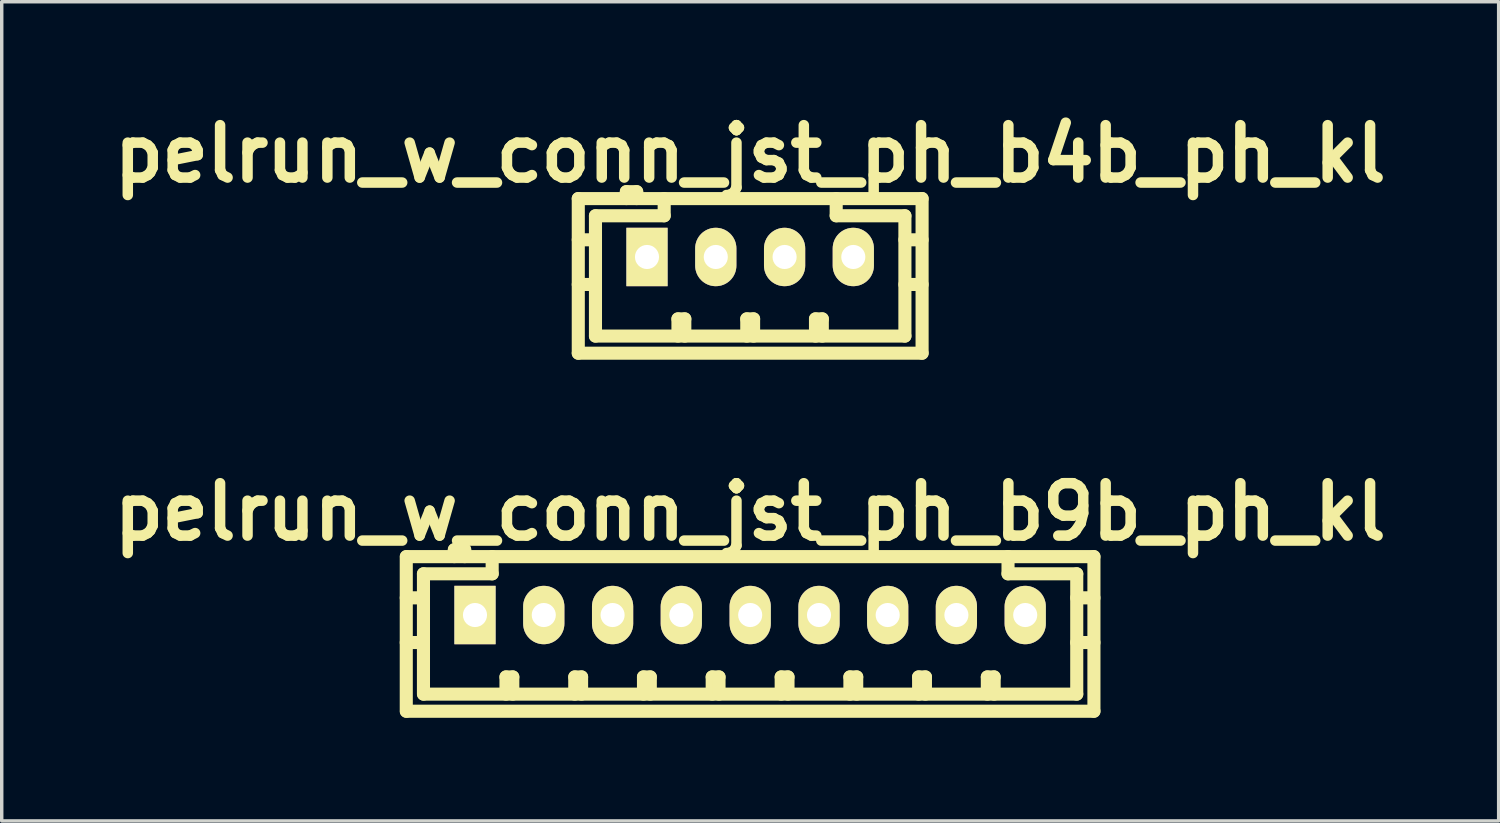
<source format=kicad_pcb>
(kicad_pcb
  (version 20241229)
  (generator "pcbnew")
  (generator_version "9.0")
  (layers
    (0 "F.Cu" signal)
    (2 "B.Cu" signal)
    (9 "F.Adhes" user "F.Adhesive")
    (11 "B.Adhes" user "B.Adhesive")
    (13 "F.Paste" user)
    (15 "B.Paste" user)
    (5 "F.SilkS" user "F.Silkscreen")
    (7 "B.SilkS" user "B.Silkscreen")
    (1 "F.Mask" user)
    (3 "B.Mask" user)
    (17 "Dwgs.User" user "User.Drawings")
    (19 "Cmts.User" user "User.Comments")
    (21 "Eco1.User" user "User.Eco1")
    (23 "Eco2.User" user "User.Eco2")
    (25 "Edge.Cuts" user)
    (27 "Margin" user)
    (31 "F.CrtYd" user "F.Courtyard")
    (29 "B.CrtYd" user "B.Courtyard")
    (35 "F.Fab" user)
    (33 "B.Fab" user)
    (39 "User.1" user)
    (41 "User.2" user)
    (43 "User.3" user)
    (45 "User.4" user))
  (footprint "pelrun_w_conn_jst_ph_b4b_ph_kl"
    (layer "F.Cu")
    (at 18.774 4.426)
    (property "Reference" "pelrun_w_conn_jst_ph_b4b_ph_kl" (at 0 -3 0) (layer "F.SilkS") (effects (font (size 1.524 1.524) (thickness 0.305))))
    (attr through_hole)
    (fp_line (start -5.001 -1.699) (end -5.001 2.799) (stroke (width 0.381) (type solid)) (layer "F.SilkS"))
    (fp_line (start -5.001 -1.699) (end 5.001 -1.699) (stroke (width 0.381) (type solid)) (layer "F.SilkS"))
    (fp_line (start -5.001 2.799) (end 5.001 2.799) (stroke (width 0.381) (type solid)) (layer "F.SilkS"))
    (fp_line (start -4.501 -1.199) (end -4.501 2.301) (stroke (width 0.381) (type solid)) (layer "F.SilkS"))
    (fp_line (start -4.501 -0.5) (end -5.001 -0.5) (stroke (width 0.381) (type solid)) (layer "F.SilkS"))
    (fp_line (start -4.501 0.8) (end -5.001 0.8) (stroke (width 0.381) (type solid)) (layer "F.SilkS"))
    (fp_line (start -3.602 -1.9) (end -3.602 -1.699) (stroke (width 0.381) (type solid)) (layer "F.SilkS"))
    (fp_line (start -3.302 -1.9) (end -3.602 -1.9) (stroke (width 0.381) (type solid)) (layer "F.SilkS"))
    (fp_line (start -3.302 -1.699) (end -3.302 -1.9) (stroke (width 0.381) (type solid)) (layer "F.SilkS"))
    (fp_line (start -2.502 -1.699) (end -2.502 -1.199) (stroke (width 0.381) (type solid)) (layer "F.SilkS"))
    (fp_line (start -2.502 -1.199) (end -4.501 -1.199) (stroke (width 0.381) (type solid)) (layer "F.SilkS"))
    (fp_line (start -2.101 1.801) (end -1.902 1.801) (stroke (width 0.381) (type solid)) (layer "F.SilkS"))
    (fp_line (start -2.101 2.301) (end -2.101 1.801) (stroke (width 0.381) (type solid)) (layer "F.SilkS"))
    (fp_line (start -1.902 1.801) (end -1.902 2.301) (stroke (width 0.381) (type solid)) (layer "F.SilkS"))
    (fp_line (start -0.099 1.801) (end 0.099 1.801) (stroke (width 0.381) (type solid)) (layer "F.SilkS"))
    (fp_line (start -0.099 2.301) (end -0.099 1.801) (stroke (width 0.381) (type solid)) (layer "F.SilkS"))
    (fp_line (start 0.099 1.801) (end 0.099 2.301) (stroke (width 0.381) (type solid)) (layer "F.SilkS"))
    (fp_line (start 1.9 1.801) (end 2.098 1.801) (stroke (width 0.381) (type solid)) (layer "F.SilkS"))
    (fp_line (start 1.9 2.301) (end 1.9 1.801) (stroke (width 0.381) (type solid)) (layer "F.SilkS"))
    (fp_line (start 2.098 1.801) (end 2.098 2.301) (stroke (width 0.381) (type solid)) (layer "F.SilkS"))
    (fp_line (start 2.502 -1.199) (end 2.502 -1.699) (stroke (width 0.381) (type solid)) (layer "F.SilkS"))
    (fp_line (start 4.501 -1.199) (end 2.502 -1.199) (stroke (width 0.381) (type solid)) (layer "F.SilkS"))
    (fp_line (start 4.501 0.8) (end 5.001 0.8) (stroke (width 0.381) (type solid)) (layer "F.SilkS"))
    (fp_line (start 4.501 2.301) (end -4.501 2.301) (stroke (width 0.381) (type solid)) (layer "F.SilkS"))
    (fp_line (start 4.501 2.301) (end 4.501 -1.199) (stroke (width 0.381) (type solid)) (layer "F.SilkS"))
    (fp_line (start 5.001 -1.699) (end 5.001 2.799) (stroke (width 0.381) (type solid)) (layer "F.SilkS"))
    (fp_line (start 5.001 -0.5) (end 4.501 -0.5) (stroke (width 0.381) (type solid)) (layer "F.SilkS"))
    (pad "1" thru_hole rect (at -3.002 0) (size 1.199 1.699) (drill 0.701) (layers "*.Cu" "*.Mask" "F.SilkS"))
    (pad "2" thru_hole oval (at -1.001 0) (size 1.199 1.699) (drill 0.701) (layers "*.Cu" "*.Mask" "F.SilkS"))
    (pad "3" thru_hole oval (at 1.001 0) (size 1.199 1.699) (drill 0.701) (layers "*.Cu" "*.Mask" "F.SilkS"))
    (pad "4" thru_hole oval (at 3 0) (size 1.199 1.699) (drill 0.701) (layers "*.Cu" "*.Mask" "F.SilkS")))
  (footprint "pelrun_w_conn_jst_ph_b9b_ph_kl"
    (layer "F.Cu")
    (at 18.774 14.842)
    (property "Reference" "pelrun_w_conn_jst_ph_b9b_ph_kl" (at 0 -3 0) (layer "F.SilkS") (effects (font (size 1.524 1.524) (thickness 0.305))))
    (attr through_hole)
    (fp_line (start -10.005 -1.699) (end -10.005 2.799) (stroke (width 0.381) (type solid)) (layer "F.SilkS"))
    (fp_line (start -9.505 -1.199) (end -9.505 2.301) (stroke (width 0.381) (type solid)) (layer "F.SilkS"))
    (fp_line (start -9.505 -0.5) (end -10.005 -0.5) (stroke (width 0.381) (type solid)) (layer "F.SilkS"))
    (fp_line (start -9.505 0.8) (end -10.005 0.8) (stroke (width 0.381) (type solid)) (layer "F.SilkS"))
    (fp_line (start -9.5 2.301) (end 9.5 2.301) (stroke (width 0.381) (type solid)) (layer "F.SilkS"))
    (fp_line (start -8.606 -1.9) (end -8.606 -1.699) (stroke (width 0.381) (type solid)) (layer "F.SilkS"))
    (fp_line (start -8.306 -1.9) (end -8.606 -1.9) (stroke (width 0.381) (type solid)) (layer "F.SilkS"))
    (fp_line (start -8.306 -1.699) (end -8.306 -1.9) (stroke (width 0.381) (type solid)) (layer "F.SilkS"))
    (fp_line (start -7.506 -1.699) (end -7.506 -1.199) (stroke (width 0.381) (type solid)) (layer "F.SilkS"))
    (fp_line (start -7.506 -1.199) (end -9.505 -1.199) (stroke (width 0.381) (type solid)) (layer "F.SilkS"))
    (fp_line (start -7.104 1.801) (end -6.906 1.801) (stroke (width 0.381) (type solid)) (layer "F.SilkS"))
    (fp_line (start -7.104 2.301) (end -7.104 1.801) (stroke (width 0.381) (type solid)) (layer "F.SilkS"))
    (fp_line (start -6.906 1.801) (end -6.906 2.301) (stroke (width 0.381) (type solid)) (layer "F.SilkS"))
    (fp_line (start -5.103 1.801) (end -4.905 1.801) (stroke (width 0.381) (type solid)) (layer "F.SilkS"))
    (fp_line (start -5.103 2.301) (end -5.103 1.801) (stroke (width 0.381) (type solid)) (layer "F.SilkS"))
    (fp_line (start -4.905 1.801) (end -4.905 2.301) (stroke (width 0.381) (type solid)) (layer "F.SilkS"))
    (fp_line (start -3.104 1.801) (end -2.906 1.801) (stroke (width 0.381) (type solid)) (layer "F.SilkS"))
    (fp_line (start -3.104 2.301) (end -3.104 1.801) (stroke (width 0.381) (type solid)) (layer "F.SilkS"))
    (fp_line (start -2.906 1.801) (end -2.906 2.301) (stroke (width 0.381) (type solid)) (layer "F.SilkS"))
    (fp_line (start -1.105 1.801) (end -0.907 1.801) (stroke (width 0.381) (type solid)) (layer "F.SilkS"))
    (fp_line (start -1.105 2.301) (end -1.105 1.801) (stroke (width 0.381) (type solid)) (layer "F.SilkS"))
    (fp_line (start -0.907 1.801) (end -0.907 2.301) (stroke (width 0.381) (type solid)) (layer "F.SilkS"))
    (fp_line (start 0.902 1.801) (end 1.1 1.801) (stroke (width 0.381) (type solid)) (layer "F.SilkS"))
    (fp_line (start 0.902 2.301) (end 0.902 1.801) (stroke (width 0.381) (type solid)) (layer "F.SilkS"))
    (fp_line (start 1.1 1.801) (end 1.1 2.301) (stroke (width 0.381) (type solid)) (layer "F.SilkS"))
    (fp_line (start 2.901 1.801) (end 3.099 1.801) (stroke (width 0.381) (type solid)) (layer "F.SilkS"))
    (fp_line (start 2.901 2.301) (end 2.901 1.801) (stroke (width 0.381) (type solid)) (layer "F.SilkS"))
    (fp_line (start 3.099 1.801) (end 3.099 2.301) (stroke (width 0.381) (type solid)) (layer "F.SilkS"))
    (fp_line (start 4.9 1.801) (end 5.098 1.801) (stroke (width 0.381) (type solid)) (layer "F.SilkS"))
    (fp_line (start 4.9 2.301) (end 4.9 1.801) (stroke (width 0.381) (type solid)) (layer "F.SilkS"))
    (fp_line (start 5.098 1.801) (end 5.098 2.301) (stroke (width 0.381) (type solid)) (layer "F.SilkS"))
    (fp_line (start 6.899 1.801) (end 7.097 1.801) (stroke (width 0.381) (type solid)) (layer "F.SilkS"))
    (fp_line (start 6.899 2.301) (end 6.899 1.801) (stroke (width 0.381) (type solid)) (layer "F.SilkS"))
    (fp_line (start 7.097 1.801) (end 7.097 2.301) (stroke (width 0.381) (type solid)) (layer "F.SilkS"))
    (fp_line (start 7.501 -1.199) (end 7.501 -1.699) (stroke (width 0.381) (type solid)) (layer "F.SilkS"))
    (fp_line (start 9.5 -1.199) (end 7.501 -1.199) (stroke (width 0.381) (type solid)) (layer "F.SilkS"))
    (fp_line (start 9.5 0.8) (end 10 0.8) (stroke (width 0.381) (type solid)) (layer "F.SilkS"))
    (fp_line (start 9.5 2.301) (end 9.5 -1.199) (stroke (width 0.381) (type solid)) (layer "F.SilkS"))
    (fp_line (start 10 -1.699) (end -10 -1.699) (stroke (width 0.381) (type solid)) (layer "F.SilkS"))
    (fp_line (start 10 -1.699) (end 10 2.799) (stroke (width 0.381) (type solid)) (layer "F.SilkS"))
    (fp_line (start 10 -0.5) (end 9.5 -0.5) (stroke (width 0.381) (type solid)) (layer "F.SilkS"))
    (fp_line (start 10 2.799) (end -10 2.799) (stroke (width 0.381) (type solid)) (layer "F.SilkS"))
    (pad "1" thru_hole rect (at -8.006 0) (size 1.199 1.699) (drill 0.701) (layers "*.Cu" "*.Mask" "F.SilkS"))
    (pad "2" thru_hole oval (at -6.005 0) (size 1.199 1.699) (drill 0.701) (layers "*.Cu" "*.Mask" "F.SilkS"))
    (pad "3" thru_hole oval (at -4.003 0) (size 1.199 1.699) (drill 0.701) (layers "*.Cu" "*.Mask" "F.SilkS"))
    (pad "4" thru_hole oval (at -2.004 0) (size 1.199 1.699) (drill 0.701) (layers "*.Cu" "*.Mask" "F.SilkS"))
    (pad "5" thru_hole oval (at 0 0) (size 1.199 1.699) (drill 0.701) (layers "*.Cu" "*.Mask" "F.SilkS"))
    (pad "6" thru_hole oval (at 2.002 0) (size 1.199 1.699) (drill 0.701) (layers "*.Cu" "*.Mask" "F.SilkS"))
    (pad "7" thru_hole oval (at 4 0) (size 1.199 1.699) (drill 0.701) (layers "*.Cu" "*.Mask" "F.SilkS"))
    (pad "8" thru_hole oval (at 5.999 0) (size 1.199 1.699) (drill 0.701) (layers "*.Cu" "*.Mask" "F.SilkS"))
    (pad "9" thru_hole oval (at 8.001 0) (size 1.199 1.699) (drill 0.701) (layers "*.Cu" "*.Mask" "F.SilkS")))
  (gr_rect
    (start -3 -3)
    (end 40.548 20.832)
    (stroke (width 0.1) (type default))
    (fill no)
    (layer "Edge.Cuts")))
</source>
